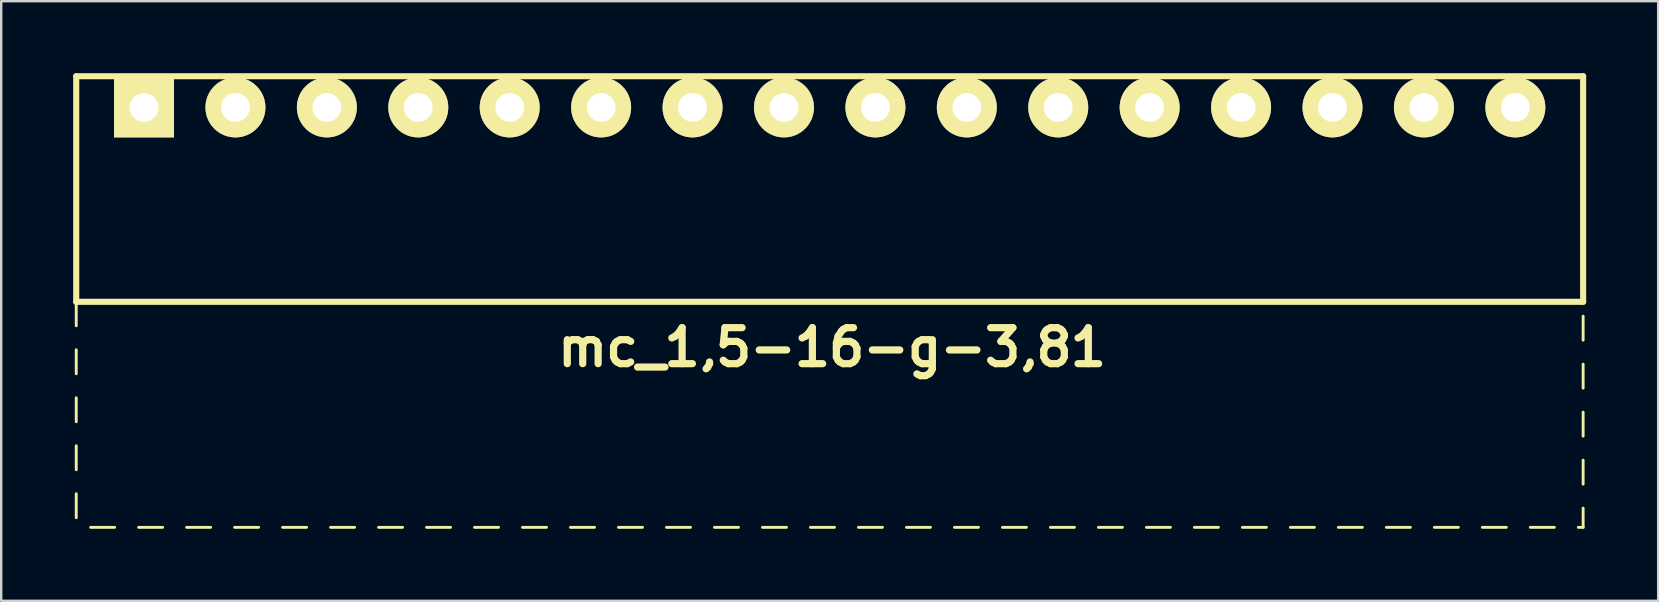
<source format=kicad_pcb>
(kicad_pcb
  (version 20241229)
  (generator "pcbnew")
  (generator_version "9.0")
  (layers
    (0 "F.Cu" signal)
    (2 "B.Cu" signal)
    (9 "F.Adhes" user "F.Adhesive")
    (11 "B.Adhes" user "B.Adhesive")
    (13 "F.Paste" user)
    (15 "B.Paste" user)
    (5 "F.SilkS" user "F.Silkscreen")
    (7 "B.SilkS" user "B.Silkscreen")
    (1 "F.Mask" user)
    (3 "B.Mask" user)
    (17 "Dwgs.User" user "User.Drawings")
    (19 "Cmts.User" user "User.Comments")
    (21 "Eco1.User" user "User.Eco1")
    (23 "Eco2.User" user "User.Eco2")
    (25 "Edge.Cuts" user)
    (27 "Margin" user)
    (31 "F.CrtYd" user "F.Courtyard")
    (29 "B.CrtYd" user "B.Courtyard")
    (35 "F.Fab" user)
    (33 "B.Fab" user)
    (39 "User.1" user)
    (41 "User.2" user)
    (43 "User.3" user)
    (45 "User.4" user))
  (footprint "mc_1,5-16-g-3,81"
    (layer "F.Cu")
    (at 31.527 1.427)
    (property "Reference" "mc_1,5-16-g-3,81" (at 0.1 10 0) (layer "F.SilkS") (effects (font (size 1.5 1.5) (thickness 0.3))))
    (attr through_hole)
    (fp_line (start -31.4 -1.3) (end -31.4 8.1) (stroke (width 0.254) (type solid)) (layer "F.SilkS"))
    (fp_line (start -31.4 -1.3) (end 31.4 -1.3) (stroke (width 0.254) (type solid)) (layer "F.SilkS"))
    (fp_line (start -31.4 8.1) (end -31.4 9.1) (stroke (width 0.12) (type solid)) (layer "F.SilkS"))
    (fp_line (start -31.4 8.1) (end 31.4 8.1) (stroke (width 0.254) (type solid)) (layer "F.SilkS"))
    (fp_line (start -31.4 10.1) (end -31.4 11.1) (stroke (width 0.12) (type solid)) (layer "F.SilkS"))
    (fp_line (start -31.4 12.1) (end -31.4 13.1) (stroke (width 0.12) (type solid)) (layer "F.SilkS"))
    (fp_line (start -31.4 14.1) (end -31.4 15.1) (stroke (width 0.12) (type solid)) (layer "F.SilkS"))
    (fp_line (start -31.4 16.1) (end -31.4 17.1) (stroke (width 0.12) (type solid)) (layer "F.SilkS"))
    (fp_line (start -30.8 17.5) (end -29.8 17.5) (stroke (width 0.12) (type solid)) (layer "F.SilkS"))
    (fp_line (start -28.8 17.5) (end -27.8 17.5) (stroke (width 0.12) (type solid)) (layer "F.SilkS"))
    (fp_line (start -26.8 17.5) (end -25.8 17.5) (stroke (width 0.12) (type solid)) (layer "F.SilkS"))
    (fp_line (start -24.8 17.5) (end -23.8 17.5) (stroke (width 0.12) (type solid)) (layer "F.SilkS"))
    (fp_line (start -22.8 17.5) (end -21.8 17.5) (stroke (width 0.12) (type solid)) (layer "F.SilkS"))
    (fp_line (start -20.8 17.5) (end -19.8 17.5) (stroke (width 0.12) (type solid)) (layer "F.SilkS"))
    (fp_line (start -18.8 17.5) (end -17.8 17.5) (stroke (width 0.12) (type solid)) (layer "F.SilkS"))
    (fp_line (start -16.8 17.5) (end -15.8 17.5) (stroke (width 0.12) (type solid)) (layer "F.SilkS"))
    (fp_line (start -14.8 17.5) (end -13.8 17.5) (stroke (width 0.12) (type solid)) (layer "F.SilkS"))
    (fp_line (start -12.8 17.5) (end -11.8 17.5) (stroke (width 0.12) (type solid)) (layer "F.SilkS"))
    (fp_line (start -10.8 17.5) (end -9.8 17.5) (stroke (width 0.12) (type solid)) (layer "F.SilkS"))
    (fp_line (start -8.8 17.5) (end -7.8 17.5) (stroke (width 0.12) (type solid)) (layer "F.SilkS"))
    (fp_line (start -6.8 17.5) (end -5.8 17.5) (stroke (width 0.12) (type solid)) (layer "F.SilkS"))
    (fp_line (start -4.8 17.5) (end -3.8 17.5) (stroke (width 0.12) (type solid)) (layer "F.SilkS"))
    (fp_line (start -2.8 17.5) (end -1.8 17.5) (stroke (width 0.12) (type solid)) (layer "F.SilkS"))
    (fp_line (start -0.8 17.5) (end 0.2 17.5) (stroke (width 0.12) (type solid)) (layer "F.SilkS"))
    (fp_line (start 1.2 17.5) (end 2.2 17.5) (stroke (width 0.12) (type solid)) (layer "F.SilkS"))
    (fp_line (start 3.2 17.5) (end 4.2 17.5) (stroke (width 0.12) (type solid)) (layer "F.SilkS"))
    (fp_line (start 5.2 17.5) (end 6.2 17.5) (stroke (width 0.12) (type solid)) (layer "F.SilkS"))
    (fp_line (start 7.2 17.5) (end 8.2 17.5) (stroke (width 0.12) (type solid)) (layer "F.SilkS"))
    (fp_line (start 9.2 17.5) (end 10.2 17.5) (stroke (width 0.12) (type solid)) (layer "F.SilkS"))
    (fp_line (start 11.2 17.5) (end 12.2 17.5) (stroke (width 0.12) (type solid)) (layer "F.SilkS"))
    (fp_line (start 13.2 17.5) (end 14.2 17.5) (stroke (width 0.12) (type solid)) (layer "F.SilkS"))
    (fp_line (start 15.2 17.5) (end 16.2 17.5) (stroke (width 0.12) (type solid)) (layer "F.SilkS"))
    (fp_line (start 17.2 17.5) (end 18.2 17.5) (stroke (width 0.12) (type solid)) (layer "F.SilkS"))
    (fp_line (start 19.2 17.5) (end 20.2 17.5) (stroke (width 0.12) (type solid)) (layer "F.SilkS"))
    (fp_line (start 21.2 17.5) (end 22.2 17.5) (stroke (width 0.12) (type solid)) (layer "F.SilkS"))
    (fp_line (start 23.2 17.5) (end 24.2 17.5) (stroke (width 0.12) (type solid)) (layer "F.SilkS"))
    (fp_line (start 25.2 17.5) (end 26.2 17.5) (stroke (width 0.12) (type solid)) (layer "F.SilkS"))
    (fp_line (start 27.2 17.5) (end 28.2 17.5) (stroke (width 0.12) (type solid)) (layer "F.SilkS"))
    (fp_line (start 29.2 17.5) (end 30.2 17.5) (stroke (width 0.12) (type solid)) (layer "F.SilkS"))
    (fp_line (start 31.2 17.5) (end 31.4 17.5) (stroke (width 0.12) (type solid)) (layer "F.SilkS"))
    (fp_line (start 31.4 -1.3) (end 31.4 8.1) (stroke (width 0.254) (type solid)) (layer "F.SilkS"))
    (fp_line (start 31.4 8.7) (end 31.4 9.7) (stroke (width 0.12) (type solid)) (layer "F.SilkS"))
    (fp_line (start 31.4 10.7) (end 31.4 11.7) (stroke (width 0.12) (type solid)) (layer "F.SilkS"))
    (fp_line (start 31.4 12.7) (end 31.4 13.7) (stroke (width 0.12) (type solid)) (layer "F.SilkS"))
    (fp_line (start 31.4 14.7) (end 31.4 15.7) (stroke (width 0.12) (type solid)) (layer "F.SilkS"))
    (fp_line (start 31.4 17.5) (end 31.4 16.7) (stroke (width 0.12) (type solid)) (layer "F.SilkS"))
    (pad "1" thru_hole rect (at -28.575 0) (size 2.5 2.5) (drill 1.2) (layers "*.Cu" "*.Mask" "F.SilkS"))
    (pad "2" thru_hole circle (at -24.765 0) (size 2.5 2.5) (drill 1.2) (layers "*.Cu" "*.Mask" "F.SilkS"))
    (pad "3" thru_hole circle (at -20.955 0) (size 2.5 2.5) (drill 1.2) (layers "*.Cu" "*.Mask" "F.SilkS"))
    (pad "4" thru_hole circle (at -17.145 0) (size 2.5 2.5) (drill 1.2) (layers "*.Cu" "*.Mask" "F.SilkS"))
    (pad "5" thru_hole circle (at -13.335 0) (size 2.5 2.5) (drill 1.2) (layers "*.Cu" "*.Mask" "F.SilkS"))
    (pad "6" thru_hole circle (at -9.525 0) (size 2.5 2.5) (drill 1.2) (layers "*.Cu" "*.Mask" "F.SilkS"))
    (pad "7" thru_hole circle (at -5.715 0) (size 2.5 2.5) (drill 1.2) (layers "*.Cu" "*.Mask" "F.SilkS"))
    (pad "8" thru_hole circle (at -1.905 0) (size 2.5 2.5) (drill 1.2) (layers "*.Cu" "*.Mask" "F.SilkS"))
    (pad "9" thru_hole circle (at 1.905 0) (size 2.5 2.5) (drill 1.2) (layers "*.Cu" "*.Mask" "F.SilkS"))
    (pad "10" thru_hole circle (at 5.715 0) (size 2.5 2.5) (drill 1.2) (layers "*.Cu" "*.Mask" "F.SilkS"))
    (pad "11" thru_hole circle (at 9.525 0) (size 2.5 2.5) (drill 1.2) (layers "*.Cu" "*.Mask" "F.SilkS"))
    (pad "12" thru_hole circle (at 13.335 0) (size 2.5 2.5) (drill 1.2) (layers "*.Cu" "*.Mask" "F.SilkS"))
    (pad "13" thru_hole circle (at 17.145 0) (size 2.5 2.5) (drill 1.2) (layers "*.Cu" "*.Mask" "F.SilkS"))
    (pad "14" thru_hole circle (at 20.955 0) (size 2.5 2.5) (drill 1.2) (layers "*.Cu" "*.Mask" "F.SilkS"))
    (pad "15" thru_hole circle (at 24.765 0) (size 2.5 2.5) (drill 1.2) (layers "*.Cu" "*.Mask" "F.SilkS"))
    (pad "16" thru_hole circle (at 28.575 0) (size 2.5 2.5) (drill 1.2) (layers "*.Cu" "*.Mask" "F.SilkS")))
  (gr_rect
    (start -3 -3)
    (end 66.054 21.987)
    (stroke (width 0.1) (type default))
    (fill no)
    (layer "Edge.Cuts")))
</source>
